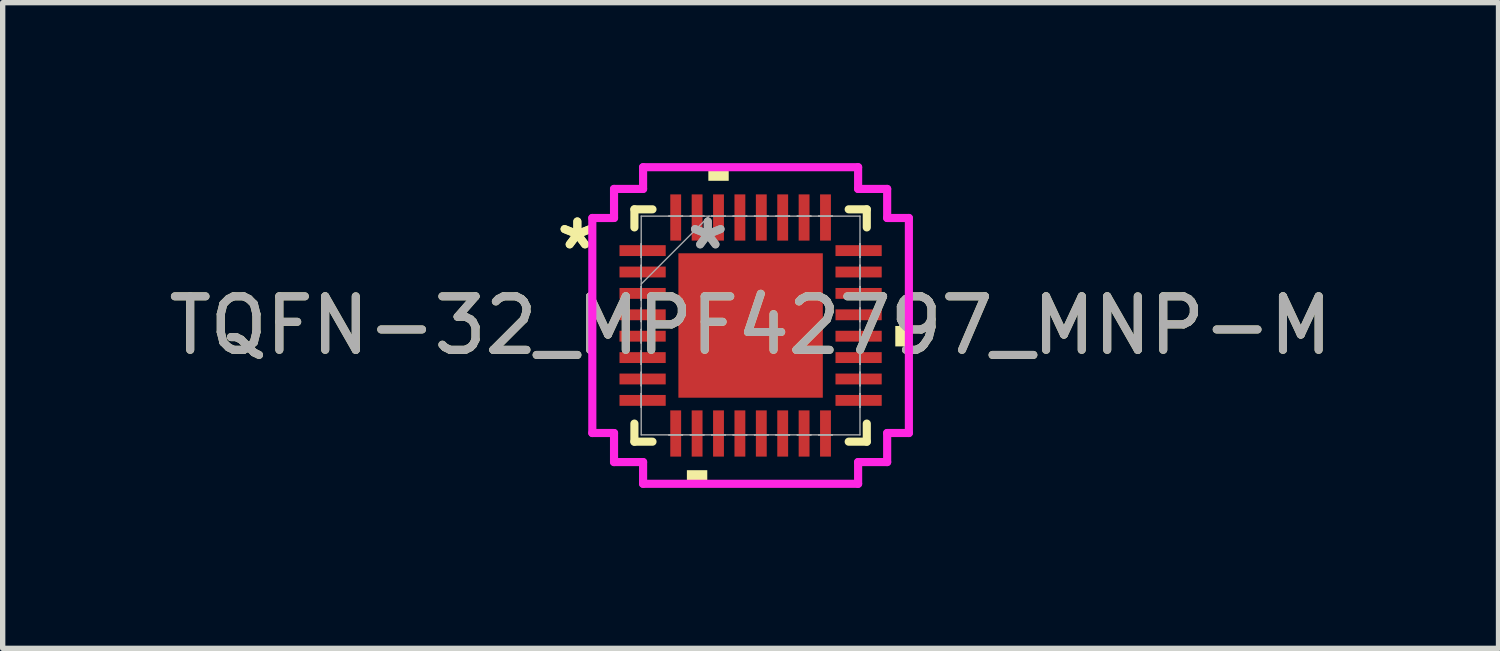
<source format=kicad_pcb>
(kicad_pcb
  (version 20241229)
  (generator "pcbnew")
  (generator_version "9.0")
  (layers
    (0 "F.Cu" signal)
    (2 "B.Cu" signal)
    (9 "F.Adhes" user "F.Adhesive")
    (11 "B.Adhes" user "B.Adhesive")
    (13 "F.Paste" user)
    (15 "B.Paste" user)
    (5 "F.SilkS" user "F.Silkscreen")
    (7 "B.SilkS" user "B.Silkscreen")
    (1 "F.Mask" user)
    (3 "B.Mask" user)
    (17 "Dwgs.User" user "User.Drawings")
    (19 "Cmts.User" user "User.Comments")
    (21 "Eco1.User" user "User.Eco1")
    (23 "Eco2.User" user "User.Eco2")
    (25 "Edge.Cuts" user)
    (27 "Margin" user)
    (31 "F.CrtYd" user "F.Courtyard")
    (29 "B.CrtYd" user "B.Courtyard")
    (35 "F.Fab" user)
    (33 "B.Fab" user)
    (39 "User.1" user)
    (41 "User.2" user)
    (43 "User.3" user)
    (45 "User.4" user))
  (footprint "TQFN-32_MPF42797_MNP-M"
    (layer "F.Cu")
    (at 10.982 3.035)
    (property "Reference" "TQFN-32_MPF42797_MNP-M" (at 0 0 0) (unlocked yes) (layer "F.SilkS") (effects (font (size 1 1) (thickness 0.15))))
    (attr smd)
    (fp_line (start -2.172 -2.172) (end -2.172 -1.834) (stroke (width 0.152) (type solid)) (layer "F.SilkS"))
    (fp_line (start -2.172 1.834) (end -2.172 2.172) (stroke (width 0.152) (type solid)) (layer "F.SilkS"))
    (fp_line (start -2.172 2.172) (end -1.834 2.172) (stroke (width 0.152) (type solid)) (layer "F.SilkS"))
    (fp_line (start -1.834 -2.172) (end -2.172 -2.172) (stroke (width 0.152) (type solid)) (layer "F.SilkS"))
    (fp_line (start 1.834 2.172) (end 2.172 2.172) (stroke (width 0.152) (type solid)) (layer "F.SilkS"))
    (fp_line (start 2.172 -2.172) (end 1.834 -2.172) (stroke (width 0.152) (type solid)) (layer "F.SilkS"))
    (fp_line (start 2.172 -1.834) (end 2.172 -2.172) (stroke (width 0.152) (type solid)) (layer "F.SilkS"))
    (fp_line (start 2.172 2.172) (end 2.172 1.834) (stroke (width 0.152) (type solid)) (layer "F.SilkS"))
    (fp_poly (pts (xy -1.191 2.705) (xy -1.191 2.959) (xy -0.81 2.959) (xy -0.81 2.705)) (stroke (width 0) (type solid)) (fill yes) (layer "F.SilkS"))
    (fp_poly (pts (xy -0.79 -2.705) (xy -0.79 -2.959) (xy -0.409 -2.959) (xy -0.409 -2.705)) (stroke (width 0) (type solid)) (fill yes) (layer "F.SilkS"))
    (fp_poly (pts (xy 2.959 0.009) (xy 2.959 0.391) (xy 2.705 0.391) (xy 2.705 0.009)) (stroke (width 0) (type solid)) (fill yes) (layer "F.SilkS"))
    (fp_line (start -2.959 -2.01) (end -2.553 -2.01) (stroke (width 0.152) (type solid)) (layer "F.CrtYd"))
    (fp_line (start -2.959 2.01) (end -2.959 -2.01) (stroke (width 0.152) (type solid)) (layer "F.CrtYd"))
    (fp_line (start -2.553 -2.553) (end -2.01 -2.553) (stroke (width 0.152) (type solid)) (layer "F.CrtYd"))
    (fp_line (start -2.553 -2.01) (end -2.553 -2.553) (stroke (width 0.152) (type solid)) (layer "F.CrtYd"))
    (fp_line (start -2.553 2.01) (end -2.959 2.01) (stroke (width 0.152) (type solid)) (layer "F.CrtYd"))
    (fp_line (start -2.553 2.553) (end -2.553 2.01) (stroke (width 0.152) (type solid)) (layer "F.CrtYd"))
    (fp_line (start -2.01 -2.959) (end 2.01 -2.959) (stroke (width 0.152) (type solid)) (layer "F.CrtYd"))
    (fp_line (start -2.01 -2.553) (end -2.01 -2.959) (stroke (width 0.152) (type solid)) (layer "F.CrtYd"))
    (fp_line (start -2.01 2.553) (end -2.553 2.553) (stroke (width 0.152) (type solid)) (layer "F.CrtYd"))
    (fp_line (start -2.01 2.959) (end -2.01 2.553) (stroke (width 0.152) (type solid)) (layer "F.CrtYd"))
    (fp_line (start 2.01 -2.959) (end 2.01 -2.553) (stroke (width 0.152) (type solid)) (layer "F.CrtYd"))
    (fp_line (start 2.01 -2.553) (end 2.553 -2.553) (stroke (width 0.152) (type solid)) (layer "F.CrtYd"))
    (fp_line (start 2.01 2.553) (end 2.01 2.959) (stroke (width 0.152) (type solid)) (layer "F.CrtYd"))
    (fp_line (start 2.01 2.959) (end -2.01 2.959) (stroke (width 0.152) (type solid)) (layer "F.CrtYd"))
    (fp_line (start 2.553 -2.553) (end 2.553 -2.01) (stroke (width 0.152) (type solid)) (layer "F.CrtYd"))
    (fp_line (start 2.553 -2.01) (end 2.959 -2.01) (stroke (width 0.152) (type solid)) (layer "F.CrtYd"))
    (fp_line (start 2.553 2.01) (end 2.553 2.553) (stroke (width 0.152) (type solid)) (layer "F.CrtYd"))
    (fp_line (start 2.553 2.553) (end 2.01 2.553) (stroke (width 0.152) (type solid)) (layer "F.CrtYd"))
    (fp_line (start 2.959 -2.01) (end 2.959 2.01) (stroke (width 0.152) (type solid)) (layer "F.CrtYd"))
    (fp_line (start 2.959 2.01) (end 2.553 2.01) (stroke (width 0.152) (type solid)) (layer "F.CrtYd"))
    (fp_line (start -2.045 -2.045) (end -2.045 2.045) (stroke (width 0.025) (type solid)) (layer "F.Fab"))
    (fp_line (start -2.045 -1.527) (end -2.045 -1.527) (stroke (width 0.025) (type solid)) (layer "F.Fab"))
    (fp_line (start -2.045 -1.527) (end -2.045 -1.273) (stroke (width 0.025) (type solid)) (layer "F.Fab"))
    (fp_line (start -2.045 -1.273) (end -2.045 -1.527) (stroke (width 0.025) (type solid)) (layer "F.Fab"))
    (fp_line (start -2.045 -1.273) (end -2.045 -1.273) (stroke (width 0.025) (type solid)) (layer "F.Fab"))
    (fp_line (start -2.045 -1.127) (end -2.045 -1.127) (stroke (width 0.025) (type solid)) (layer "F.Fab"))
    (fp_line (start -2.045 -1.127) (end -2.045 -0.873) (stroke (width 0.025) (type solid)) (layer "F.Fab"))
    (fp_line (start -2.045 -0.873) (end -2.045 -1.127) (stroke (width 0.025) (type solid)) (layer "F.Fab"))
    (fp_line (start -2.045 -0.873) (end -2.045 -0.873) (stroke (width 0.025) (type solid)) (layer "F.Fab"))
    (fp_line (start -2.045 -0.775) (end -0.775 -2.045) (stroke (width 0.025) (type solid)) (layer "F.Fab"))
    (fp_line (start -2.045 -0.727) (end -2.045 -0.727) (stroke (width 0.025) (type solid)) (layer "F.Fab"))
    (fp_line (start -2.045 -0.727) (end -2.045 -0.473) (stroke (width 0.025) (type solid)) (layer "F.Fab"))
    (fp_line (start -2.045 -0.473) (end -2.045 -0.727) (stroke (width 0.025) (type solid)) (layer "F.Fab"))
    (fp_line (start -2.045 -0.473) (end -2.045 -0.473) (stroke (width 0.025) (type solid)) (layer "F.Fab"))
    (fp_line (start -2.045 -0.327) (end -2.045 -0.327) (stroke (width 0.025) (type solid)) (layer "F.Fab"))
    (fp_line (start -2.045 -0.327) (end -2.045 -0.073) (stroke (width 0.025) (type solid)) (layer "F.Fab"))
    (fp_line (start -2.045 -0.073) (end -2.045 -0.327) (stroke (width 0.025) (type solid)) (layer "F.Fab"))
    (fp_line (start -2.045 -0.073) (end -2.045 -0.073) (stroke (width 0.025) (type solid)) (layer "F.Fab"))
    (fp_line (start -2.045 0.073) (end -2.045 0.073) (stroke (width 0.025) (type solid)) (layer "F.Fab"))
    (fp_line (start -2.045 0.073) (end -2.045 0.327) (stroke (width 0.025) (type solid)) (layer "F.Fab"))
    (fp_line (start -2.045 0.327) (end -2.045 0.073) (stroke (width 0.025) (type solid)) (layer "F.Fab"))
    (fp_line (start -2.045 0.327) (end -2.045 0.327) (stroke (width 0.025) (type solid)) (layer "F.Fab"))
    (fp_line (start -2.045 0.473) (end -2.045 0.473) (stroke (width 0.025) (type solid)) (layer "F.Fab"))
    (fp_line (start -2.045 0.473) (end -2.045 0.727) (stroke (width 0.025) (type solid)) (layer "F.Fab"))
    (fp_line (start -2.045 0.727) (end -2.045 0.473) (stroke (width 0.025) (type solid)) (layer "F.Fab"))
    (fp_line (start -2.045 0.727) (end -2.045 0.727) (stroke (width 0.025) (type solid)) (layer "F.Fab"))
    (fp_line (start -2.045 0.873) (end -2.045 0.873) (stroke (width 0.025) (type solid)) (layer "F.Fab"))
    (fp_line (start -2.045 0.873) (end -2.045 1.127) (stroke (width 0.025) (type solid)) (layer "F.Fab"))
    (fp_line (start -2.045 1.127) (end -2.045 0.873) (stroke (width 0.025) (type solid)) (layer "F.Fab"))
    (fp_line (start -2.045 1.127) (end -2.045 1.127) (stroke (width 0.025) (type solid)) (layer "F.Fab"))
    (fp_line (start -2.045 1.273) (end -2.045 1.273) (stroke (width 0.025) (type solid)) (layer "F.Fab"))
    (fp_line (start -2.045 1.273) (end -2.045 1.527) (stroke (width 0.025) (type solid)) (layer "F.Fab"))
    (fp_line (start -2.045 1.527) (end -2.045 1.273) (stroke (width 0.025) (type solid)) (layer "F.Fab"))
    (fp_line (start -2.045 1.527) (end -2.045 1.527) (stroke (width 0.025) (type solid)) (layer "F.Fab"))
    (fp_line (start -2.045 2.045) (end 2.045 2.045) (stroke (width 0.025) (type solid)) (layer "F.Fab"))
    (fp_line (start -1.527 -2.045) (end -1.527 -2.045) (stroke (width 0.025) (type solid)) (layer "F.Fab"))
    (fp_line (start -1.527 -2.045) (end -1.273 -2.045) (stroke (width 0.025) (type solid)) (layer "F.Fab"))
    (fp_line (start -1.527 2.045) (end -1.527 2.045) (stroke (width 0.025) (type solid)) (layer "F.Fab"))
    (fp_line (start -1.527 2.045) (end -1.273 2.045) (stroke (width 0.025) (type solid)) (layer "F.Fab"))
    (fp_line (start -1.273 -2.045) (end -1.527 -2.045) (stroke (width 0.025) (type solid)) (layer "F.Fab"))
    (fp_line (start -1.273 -2.045) (end -1.273 -2.045) (stroke (width 0.025) (type solid)) (layer "F.Fab"))
    (fp_line (start -1.273 2.045) (end -1.527 2.045) (stroke (width 0.025) (type solid)) (layer "F.Fab"))
    (fp_line (start -1.273 2.045) (end -1.273 2.045) (stroke (width 0.025) (type solid)) (layer "F.Fab"))
    (fp_line (start -1.127 -2.045) (end -1.127 -2.045) (stroke (width 0.025) (type solid)) (layer "F.Fab"))
    (fp_line (start -1.127 -2.045) (end -0.873 -2.045) (stroke (width 0.025) (type solid)) (layer "F.Fab"))
    (fp_line (start -1.127 2.045) (end -1.127 2.045) (stroke (width 0.025) (type solid)) (layer "F.Fab"))
    (fp_line (start -1.127 2.045) (end -0.873 2.045) (stroke (width 0.025) (type solid)) (layer "F.Fab"))
    (fp_line (start -0.873 -2.045) (end -1.127 -2.045) (stroke (width 0.025) (type solid)) (layer "F.Fab"))
    (fp_line (start -0.873 -2.045) (end -0.873 -2.045) (stroke (width 0.025) (type solid)) (layer "F.Fab"))
    (fp_line (start -0.873 2.045) (end -1.127 2.045) (stroke (width 0.025) (type solid)) (layer "F.Fab"))
    (fp_line (start -0.873 2.045) (end -0.873 2.045) (stroke (width 0.025) (type solid)) (layer "F.Fab"))
    (fp_line (start -0.727 -2.045) (end -0.727 -2.045) (stroke (width 0.025) (type solid)) (layer "F.Fab"))
    (fp_line (start -0.727 -2.045) (end -0.473 -2.045) (stroke (width 0.025) (type solid)) (layer "F.Fab"))
    (fp_line (start -0.727 2.045) (end -0.727 2.045) (stroke (width 0.025) (type solid)) (layer "F.Fab"))
    (fp_line (start -0.727 2.045) (end -0.473 2.045) (stroke (width 0.025) (type solid)) (layer "F.Fab"))
    (fp_line (start -0.473 -2.045) (end -0.727 -2.045) (stroke (width 0.025) (type solid)) (layer "F.Fab"))
    (fp_line (start -0.473 -2.045) (end -0.473 -2.045) (stroke (width 0.025) (type solid)) (layer "F.Fab"))
    (fp_line (start -0.473 2.045) (end -0.727 2.045) (stroke (width 0.025) (type solid)) (layer "F.Fab"))
    (fp_line (start -0.473 2.045) (end -0.473 2.045) (stroke (width 0.025) (type solid)) (layer "F.Fab"))
    (fp_line (start -0.327 -2.045) (end -0.327 -2.045) (stroke (width 0.025) (type solid)) (layer "F.Fab"))
    (fp_line (start -0.327 -2.045) (end -0.073 -2.045) (stroke (width 0.025) (type solid)) (layer "F.Fab"))
    (fp_line (start -0.327 2.045) (end -0.327 2.045) (stroke (width 0.025) (type solid)) (layer "F.Fab"))
    (fp_line (start -0.327 2.045) (end -0.073 2.045) (stroke (width 0.025) (type solid)) (layer "F.Fab"))
    (fp_line (start -0.073 -2.045) (end -0.327 -2.045) (stroke (width 0.025) (type solid)) (layer "F.Fab"))
    (fp_line (start -0.073 -2.045) (end -0.073 -2.045) (stroke (width 0.025) (type solid)) (layer "F.Fab"))
    (fp_line (start -0.073 2.045) (end -0.327 2.045) (stroke (width 0.025) (type solid)) (layer "F.Fab"))
    (fp_line (start -0.073 2.045) (end -0.073 2.045) (stroke (width 0.025) (type solid)) (layer "F.Fab"))
    (fp_line (start 0.073 -2.045) (end 0.073 -2.045) (stroke (width 0.025) (type solid)) (layer "F.Fab"))
    (fp_line (start 0.073 -2.045) (end 0.327 -2.045) (stroke (width 0.025) (type solid)) (layer "F.Fab"))
    (fp_line (start 0.073 2.045) (end 0.073 2.045) (stroke (width 0.025) (type solid)) (layer "F.Fab"))
    (fp_line (start 0.073 2.045) (end 0.327 2.045) (stroke (width 0.025) (type solid)) (layer "F.Fab"))
    (fp_line (start 0.327 -2.045) (end 0.073 -2.045) (stroke (width 0.025) (type solid)) (layer "F.Fab"))
    (fp_line (start 0.327 -2.045) (end 0.327 -2.045) (stroke (width 0.025) (type solid)) (layer "F.Fab"))
    (fp_line (start 0.327 2.045) (end 0.073 2.045) (stroke (width 0.025) (type solid)) (layer "F.Fab"))
    (fp_line (start 0.327 2.045) (end 0.327 2.045) (stroke (width 0.025) (type solid)) (layer "F.Fab"))
    (fp_line (start 0.473 -2.045) (end 0.473 -2.045) (stroke (width 0.025) (type solid)) (layer "F.Fab"))
    (fp_line (start 0.473 -2.045) (end 0.727 -2.045) (stroke (width 0.025) (type solid)) (layer "F.Fab"))
    (fp_line (start 0.473 2.045) (end 0.473 2.045) (stroke (width 0.025) (type solid)) (layer "F.Fab"))
    (fp_line (start 0.473 2.045) (end 0.727 2.045) (stroke (width 0.025) (type solid)) (layer "F.Fab"))
    (fp_line (start 0.727 -2.045) (end 0.473 -2.045) (stroke (width 0.025) (type solid)) (layer "F.Fab"))
    (fp_line (start 0.727 -2.045) (end 0.727 -2.045) (stroke (width 0.025) (type solid)) (layer "F.Fab"))
    (fp_line (start 0.727 2.045) (end 0.473 2.045) (stroke (width 0.025) (type solid)) (layer "F.Fab"))
    (fp_line (start 0.727 2.045) (end 0.727 2.045) (stroke (width 0.025) (type solid)) (layer "F.Fab"))
    (fp_line (start 0.873 -2.045) (end 0.873 -2.045) (stroke (width 0.025) (type solid)) (layer "F.Fab"))
    (fp_line (start 0.873 -2.045) (end 1.127 -2.045) (stroke (width 0.025) (type solid)) (layer "F.Fab"))
    (fp_line (start 0.873 2.045) (end 0.873 2.045) (stroke (width 0.025) (type solid)) (layer "F.Fab"))
    (fp_line (start 0.873 2.045) (end 1.127 2.045) (stroke (width 0.025) (type solid)) (layer "F.Fab"))
    (fp_line (start 1.127 -2.045) (end 0.873 -2.045) (stroke (width 0.025) (type solid)) (layer "F.Fab"))
    (fp_line (start 1.127 -2.045) (end 1.127 -2.045) (stroke (width 0.025) (type solid)) (layer "F.Fab"))
    (fp_line (start 1.127 2.045) (end 0.873 2.045) (stroke (width 0.025) (type solid)) (layer "F.Fab"))
    (fp_line (start 1.127 2.045) (end 1.127 2.045) (stroke (width 0.025) (type solid)) (layer "F.Fab"))
    (fp_line (start 1.273 -2.045) (end 1.273 -2.045) (stroke (width 0.025) (type solid)) (layer "F.Fab"))
    (fp_line (start 1.273 -2.045) (end 1.527 -2.045) (stroke (width 0.025) (type solid)) (layer "F.Fab"))
    (fp_line (start 1.273 2.045) (end 1.273 2.045) (stroke (width 0.025) (type solid)) (layer "F.Fab"))
    (fp_line (start 1.273 2.045) (end 1.527 2.045) (stroke (width 0.025) (type solid)) (layer "F.Fab"))
    (fp_line (start 1.527 -2.045) (end 1.273 -2.045) (stroke (width 0.025) (type solid)) (layer "F.Fab"))
    (fp_line (start 1.527 -2.045) (end 1.527 -2.045) (stroke (width 0.025) (type solid)) (layer "F.Fab"))
    (fp_line (start 1.527 2.045) (end 1.273 2.045) (stroke (width 0.025) (type solid)) (layer "F.Fab"))
    (fp_line (start 1.527 2.045) (end 1.527 2.045) (stroke (width 0.025) (type solid)) (layer "F.Fab"))
    (fp_line (start 2.045 -2.045) (end -2.045 -2.045) (stroke (width 0.025) (type solid)) (layer "F.Fab"))
    (fp_line (start 2.045 -1.527) (end 2.045 -1.527) (stroke (width 0.025) (type solid)) (layer "F.Fab"))
    (fp_line (start 2.045 -1.527) (end 2.045 -1.273) (stroke (width 0.025) (type solid)) (layer "F.Fab"))
    (fp_line (start 2.045 -1.273) (end 2.045 -1.527) (stroke (width 0.025) (type solid)) (layer "F.Fab"))
    (fp_line (start 2.045 -1.273) (end 2.045 -1.273) (stroke (width 0.025) (type solid)) (layer "F.Fab"))
    (fp_line (start 2.045 -1.127) (end 2.045 -1.127) (stroke (width 0.025) (type solid)) (layer "F.Fab"))
    (fp_line (start 2.045 -1.127) (end 2.045 -0.873) (stroke (width 0.025) (type solid)) (layer "F.Fab"))
    (fp_line (start 2.045 -0.873) (end 2.045 -1.127) (stroke (width 0.025) (type solid)) (layer "F.Fab"))
    (fp_line (start 2.045 -0.873) (end 2.045 -0.873) (stroke (width 0.025) (type solid)) (layer "F.Fab"))
    (fp_line (start 2.045 -0.727) (end 2.045 -0.727) (stroke (width 0.025) (type solid)) (layer "F.Fab"))
    (fp_line (start 2.045 -0.727) (end 2.045 -0.473) (stroke (width 0.025) (type solid)) (layer "F.Fab"))
    (fp_line (start 2.045 -0.473) (end 2.045 -0.727) (stroke (width 0.025) (type solid)) (layer "F.Fab"))
    (fp_line (start 2.045 -0.473) (end 2.045 -0.473) (stroke (width 0.025) (type solid)) (layer "F.Fab"))
    (fp_line (start 2.045 -0.327) (end 2.045 -0.327) (stroke (width 0.025) (type solid)) (layer "F.Fab"))
    (fp_line (start 2.045 -0.327) (end 2.045 -0.073) (stroke (width 0.025) (type solid)) (layer "F.Fab"))
    (fp_line (start 2.045 -0.073) (end 2.045 -0.327) (stroke (width 0.025) (type solid)) (layer "F.Fab"))
    (fp_line (start 2.045 -0.073) (end 2.045 -0.073) (stroke (width 0.025) (type solid)) (layer "F.Fab"))
    (fp_line (start 2.045 0.073) (end 2.045 0.073) (stroke (width 0.025) (type solid)) (layer "F.Fab"))
    (fp_line (start 2.045 0.073) (end 2.045 0.327) (stroke (width 0.025) (type solid)) (layer "F.Fab"))
    (fp_line (start 2.045 0.327) (end 2.045 0.073) (stroke (width 0.025) (type solid)) (layer "F.Fab"))
    (fp_line (start 2.045 0.327) (end 2.045 0.327) (stroke (width 0.025) (type solid)) (layer "F.Fab"))
    (fp_line (start 2.045 0.473) (end 2.045 0.473) (stroke (width 0.025) (type solid)) (layer "F.Fab"))
    (fp_line (start 2.045 0.473) (end 2.045 0.727) (stroke (width 0.025) (type solid)) (layer "F.Fab"))
    (fp_line (start 2.045 0.727) (end 2.045 0.473) (stroke (width 0.025) (type solid)) (layer "F.Fab"))
    (fp_line (start 2.045 0.727) (end 2.045 0.727) (stroke (width 0.025) (type solid)) (layer "F.Fab"))
    (fp_line (start 2.045 0.873) (end 2.045 0.873) (stroke (width 0.025) (type solid)) (layer "F.Fab"))
    (fp_line (start 2.045 0.873) (end 2.045 1.127) (stroke (width 0.025) (type solid)) (layer "F.Fab"))
    (fp_line (start 2.045 1.127) (end 2.045 0.873) (stroke (width 0.025) (type solid)) (layer "F.Fab"))
    (fp_line (start 2.045 1.127) (end 2.045 1.127) (stroke (width 0.025) (type solid)) (layer "F.Fab"))
    (fp_line (start 2.045 1.273) (end 2.045 1.273) (stroke (width 0.025) (type solid)) (layer "F.Fab"))
    (fp_line (start 2.045 1.273) (end 2.045 1.527) (stroke (width 0.025) (type solid)) (layer "F.Fab"))
    (fp_line (start 2.045 1.527) (end 2.045 1.273) (stroke (width 0.025) (type solid)) (layer "F.Fab"))
    (fp_line (start 2.045 1.527) (end 2.045 1.527) (stroke (width 0.025) (type solid)) (layer "F.Fab"))
    (fp_line (start 2.045 2.045) (end 2.045 -2.045) (stroke (width 0.025) (type solid)) (layer "F.Fab"))
    (fp_text user "*" (at -3.239 -1.4 0) (unlocked yes) (layer "F.SilkS") (effects (font (size 1 1) (thickness 0.15))))
    (fp_text user "*" (at -3.239 -1.4 0) (layer "F.SilkS") (effects (font (size 1 1) (thickness 0.15))))
    (fp_text user "*" (at -0.8 -1.4 0) (unlocked yes) (layer "F.Fab") (effects (font (size 1 1) (thickness 0.15))))
    (fp_text user "*" (at -0.8 -1.4 0) (layer "F.Fab") (effects (font (size 1 1) (thickness 0.15))))
    (fp_text user "${REFERENCE}" (at 0 0 0) (unlocked yes) (layer "F.Fab") (effects (font (size 1 1) (thickness 0.15))))
    (pad "1" smd rect (at -2.019 -1.4 90) (size 0.203 0.864) (layers "F.Cu" "F.Mask" "F.Paste"))
    (pad "2" smd rect (at -2.019 -1 90) (size 0.203 0.864) (layers "F.Cu" "F.Mask" "F.Paste"))
    (pad "3" smd rect (at -2.019 -0.6 90) (size 0.203 0.864) (layers "F.Cu" "F.Mask" "F.Paste"))
    (pad "4" smd rect (at -2.019 -0.2 90) (size 0.203 0.864) (layers "F.Cu" "F.Mask" "F.Paste"))
    (pad "5" smd rect (at -2.019 0.2 90) (size 0.203 0.864) (layers "F.Cu" "F.Mask" "F.Paste"))
    (pad "6" smd rect (at -2.019 0.6 90) (size 0.203 0.864) (layers "F.Cu" "F.Mask" "F.Paste"))
    (pad "7" smd rect (at -2.019 1 90) (size 0.203 0.864) (layers "F.Cu" "F.Mask" "F.Paste"))
    (pad "8" smd rect (at -2.019 1.4 90) (size 0.203 0.864) (layers "F.Cu" "F.Mask" "F.Paste"))
    (pad "9" smd rect (at -1.4 2.019) (size 0.203 0.864) (layers "F.Cu" "F.Mask" "F.Paste"))
    (pad "10" smd rect (at -1 2.019) (size 0.203 0.864) (layers "F.Cu" "F.Mask" "F.Paste"))
    (pad "11" smd rect (at -0.6 2.019) (size 0.203 0.864) (layers "F.Cu" "F.Mask" "F.Paste"))
    (pad "12" smd rect (at -0.2 2.019) (size 0.203 0.864) (layers "F.Cu" "F.Mask" "F.Paste"))
    (pad "13" smd rect (at 0.2 2.019) (size 0.203 0.864) (layers "F.Cu" "F.Mask" "F.Paste"))
    (pad "14" smd rect (at 0.6 2.019) (size 0.203 0.864) (layers "F.Cu" "F.Mask" "F.Paste"))
    (pad "15" smd rect (at 1 2.019) (size 0.203 0.864) (layers "F.Cu" "F.Mask" "F.Paste"))
    (pad "16" smd rect (at 1.4 2.019) (size 0.203 0.864) (layers "F.Cu" "F.Mask" "F.Paste"))
    (pad "17" smd rect (at 2.019 1.4 90) (size 0.203 0.864) (layers "F.Cu" "F.Mask" "F.Paste"))
    (pad "18" smd rect (at 2.019 1 90) (size 0.203 0.864) (layers "F.Cu" "F.Mask" "F.Paste"))
    (pad "19" smd rect (at 2.019 0.6 90) (size 0.203 0.864) (layers "F.Cu" "F.Mask" "F.Paste"))
    (pad "20" smd rect (at 2.019 0.2 90) (size 0.203 0.864) (layers "F.Cu" "F.Mask" "F.Paste"))
    (pad "21" smd rect (at 2.019 -0.2 90) (size 0.203 0.864) (layers "F.Cu" "F.Mask" "F.Paste"))
    (pad "22" smd rect (at 2.019 -0.6 90) (size 0.203 0.864) (layers "F.Cu" "F.Mask" "F.Paste"))
    (pad "23" smd rect (at 2.019 -1 90) (size 0.203 0.864) (layers "F.Cu" "F.Mask" "F.Paste"))
    (pad "24" smd rect (at 2.019 -1.4 90) (size 0.203 0.864) (layers "F.Cu" "F.Mask" "F.Paste"))
    (pad "25" smd rect (at 1.4 -2.019) (size 0.203 0.864) (layers "F.Cu" "F.Mask" "F.Paste"))
    (pad "26" smd rect (at 1 -2.019) (size 0.203 0.864) (layers "F.Cu" "F.Mask" "F.Paste"))
    (pad "27" smd rect (at 0.6 -2.019) (size 0.203 0.864) (layers "F.Cu" "F.Mask" "F.Paste"))
    (pad "28" smd rect (at 0.2 -2.019) (size 0.203 0.864) (layers "F.Cu" "F.Mask" "F.Paste"))
    (pad "29" smd rect (at -0.2 -2.019) (size 0.203 0.864) (layers "F.Cu" "F.Mask" "F.Paste"))
    (pad "30" smd rect (at -0.6 -2.019) (size 0.203 0.864) (layers "F.Cu" "F.Mask" "F.Paste"))
    (pad "31" smd rect (at -1 -2.019) (size 0.203 0.864) (layers "F.Cu" "F.Mask" "F.Paste"))
    (pad "32" smd rect (at -1.4 -2.019) (size 0.203 0.864) (layers "F.Cu" "F.Mask" "F.Paste"))
    (pad "33" smd rect (at 0 0) (size 2.7 2.7) (layers "F.Cu" "F.Mask" "F.Paste")))
  (gr_rect
    (start -3 -3)
    (end 24.964 9.071)
    (stroke (width 0.1) (type default))
    (fill no)
    (layer "Edge.Cuts")))
</source>
